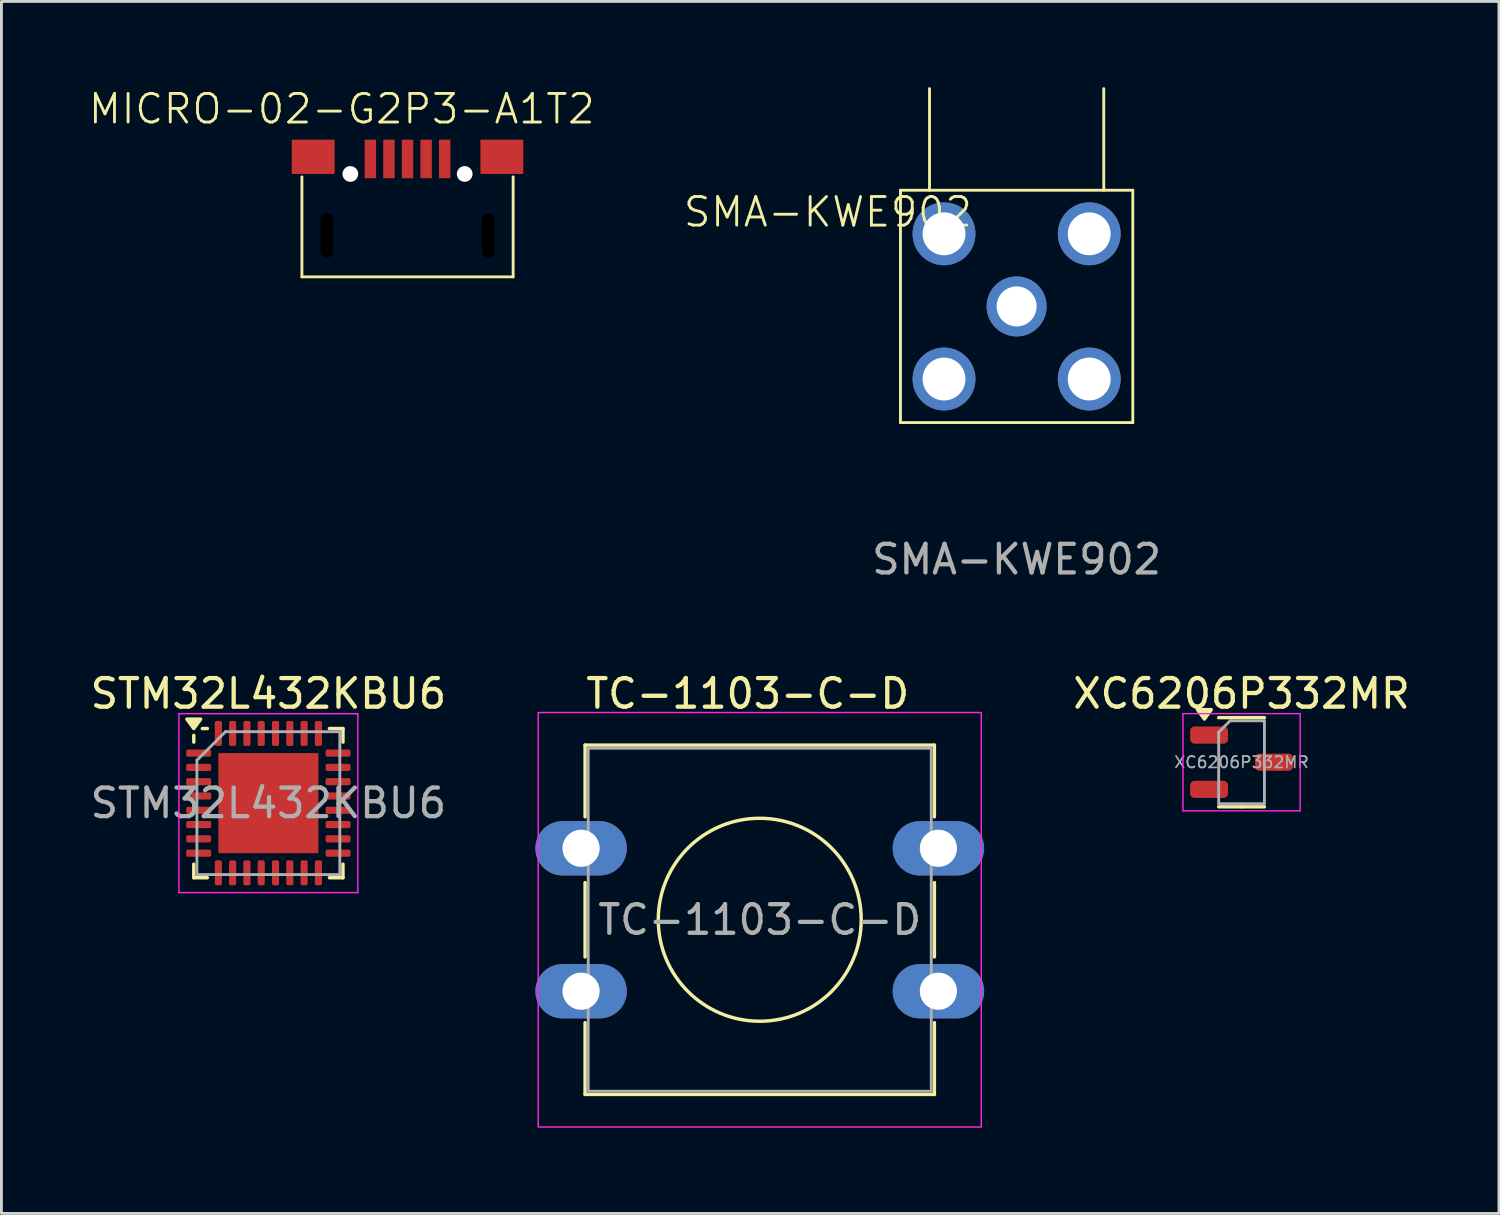
<source format=kicad_pcb>
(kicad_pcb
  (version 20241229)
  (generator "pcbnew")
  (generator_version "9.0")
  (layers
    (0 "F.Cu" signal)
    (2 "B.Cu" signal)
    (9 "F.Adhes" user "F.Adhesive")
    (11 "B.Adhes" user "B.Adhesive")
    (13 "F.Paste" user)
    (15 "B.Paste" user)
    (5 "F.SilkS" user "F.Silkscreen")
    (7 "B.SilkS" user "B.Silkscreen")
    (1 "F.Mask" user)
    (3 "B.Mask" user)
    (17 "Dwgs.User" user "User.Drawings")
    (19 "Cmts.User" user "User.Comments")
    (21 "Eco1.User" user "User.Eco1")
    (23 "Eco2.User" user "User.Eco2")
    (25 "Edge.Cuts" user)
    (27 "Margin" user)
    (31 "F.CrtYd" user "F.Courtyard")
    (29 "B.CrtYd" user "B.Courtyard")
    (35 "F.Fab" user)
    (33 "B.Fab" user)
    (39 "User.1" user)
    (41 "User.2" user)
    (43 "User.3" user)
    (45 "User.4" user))
  (footprint "SMA-KWE902"
    (layer "F.Cu")
    (at 32.516 7.67)
    (property "Reference" "SMA-KWE902" (at -6.604 -3.302 0) (unlocked yes) (layer "F.SilkS") (effects (font (size 1 1) (thickness 0.1))))
    (attr through_hole)
    (fp_line (start -4.064 -4.064) (end 4.064 -4.064) (stroke (width 0.1) (type default)) (layer "F.SilkS"))
    (fp_line (start -4.064 4.064) (end -4.064 -4.064) (stroke (width 0.1) (type default)) (layer "F.SilkS"))
    (fp_line (start -4.064 4.064) (end 4.064 4.064) (stroke (width 0.1) (type default)) (layer "F.SilkS"))
    (fp_line (start -3.048 -4.064) (end -3.048 -7.62) (stroke (width 0.1) (type default)) (layer "F.SilkS"))
    (fp_line (start 3.048 -4.064) (end 3.048 -7.62) (stroke (width 0.1) (type default)) (layer "F.SilkS"))
    (fp_line (start 4.064 4.064) (end 4.064 -4.064) (stroke (width 0.1) (type default)) (layer "F.SilkS"))
    (fp_text user "${REFERENCE}" (at 0 8.85 0) (unlocked yes) (layer "F.Fab") (effects (font (size 1 1) (thickness 0.15))))
    (pad "1" thru_hole circle (at 0 0) (size 2.1 2.1) (drill 1.4) (layers "*.Cu" "*.Mask"))
    (pad "2" thru_hole circle (at -2.54 -2.54) (size 2.2 2.2) (drill 1.5) (layers "*.Cu" "*.Mask"))
    (pad "2" thru_hole circle (at -2.54 2.54) (size 2.2 2.2) (drill 1.5) (layers "*.Cu" "*.Mask"))
    (pad "2" thru_hole circle (at 2.54 -2.54) (size 2.2 2.2) (drill 1.5) (layers "*.Cu" "*.Mask"))
    (pad "2" thru_hole circle (at 2.54 2.54) (size 2.2 2.2) (drill 1.5) (layers "*.Cu" "*.Mask")))
  (footprint "MICRO-02-G2P3-A1T2"
    (layer "F.Cu")
    (at 11.207 4.511)
    (property "Reference" "MICRO-02-G2P3-A1T2" (at -2.3 -3.75 0) (unlocked yes) (layer "F.SilkS") (effects (font (size 1 1) (thickness 0.1))))
    (attr smd)
    (fp_line (start -3.695 2.125) (end -3.695 -1.375) (stroke (width 0.1) (type default)) (layer "F.SilkS"))
    (fp_line (start 3.695 2.125) (end -3.695 2.125) (stroke (width 0.1) (type default)) (layer "F.SilkS"))
    (fp_line (start 3.695 2.125) (end 3.695 -1.375) (stroke (width 0.1) (type default)) (layer "F.SilkS"))
    (pad "" np_thru_hole oval (at -2.825 0.675) (size 0.75 2.15) (drill oval 0.45 1.56) (layers "*.Mask"))
    (pad "" np_thru_hole circle (at -2 -1.475) (size 0.55 0.55) (drill 0.55) (layers "*.Cu" "*.Mask"))
    (pad "" np_thru_hole circle (at 2 -1.475) (size 0.55 0.55) (drill 0.55) (layers "*.Cu" "*.Mask"))
    (pad "" np_thru_hole oval (at 2.825 0.675) (size 0.75 2.15) (drill oval 0.45 1.56) (layers "*.Mask"))
    (pad "1" smd rect (at -1.3 -2) (size 0.4 1.35) (layers "F.Cu" "F.Mask" "F.Paste"))
    (pad "2" smd rect (at -0.65 -2) (size 0.4 1.35) (layers "F.Cu" "F.Mask" "F.Paste"))
    (pad "3" smd rect (at 0 -2) (size 0.4 1.35) (layers "F.Cu" "F.Mask" "F.Paste"))
    (pad "4" smd rect (at 0.65 -2) (size 0.4 1.35) (layers "F.Cu" "F.Mask" "F.Paste"))
    (pad "5" smd rect (at 1.3 -2) (size 0.4 1.35) (layers "F.Cu" "F.Mask" "F.Paste"))
    (pad "6" smd rect (at -3.3 -2.075) (size 1.5 1.2) (layers "F.Cu" "F.Mask" "F.Paste"))
    (pad "6" smd rect (at 3.3 -2.075) (size 1.5 1.2) (layers "F.Cu" "F.Mask" "F.Paste")))
  (footprint "STM32L432KBU6"
    (layer "F.Cu")
    (at 6.339 25.047)
    (property "Reference" "STM32L432KBU6" (at 0 -3.83 0) (layer "F.SilkS") (effects (font (size 1 1) (thickness 0.15))))
    (attr smd)
    (fp_line (start -2.61 -2.135) (end -2.61 -2.37) (stroke (width 0.12) (type solid)) (layer "F.SilkS"))
    (fp_line (start -2.61 2.61) (end -2.61 2.135) (stroke (width 0.12) (type solid)) (layer "F.SilkS"))
    (fp_line (start -2.135 -2.61) (end -2.31 -2.61) (stroke (width 0.12) (type solid)) (layer "F.SilkS"))
    (fp_line (start -2.135 2.61) (end -2.61 2.61) (stroke (width 0.12) (type solid)) (layer "F.SilkS"))
    (fp_line (start 2.135 -2.61) (end 2.61 -2.61) (stroke (width 0.12) (type solid)) (layer "F.SilkS"))
    (fp_line (start 2.135 2.61) (end 2.61 2.61) (stroke (width 0.12) (type solid)) (layer "F.SilkS"))
    (fp_line (start 2.61 -2.61) (end 2.61 -2.135) (stroke (width 0.12) (type solid)) (layer "F.SilkS"))
    (fp_line (start 2.61 2.61) (end 2.61 2.135) (stroke (width 0.12) (type solid)) (layer "F.SilkS"))
    (fp_poly (pts (xy -2.61 -2.61) (xy -2.85 -2.94) (xy -2.37 -2.94) (xy -2.61 -2.61)) (stroke (width 0.12) (type solid)) (fill yes) (layer "F.SilkS"))
    (fp_line (start -3.13 -3.13) (end -3.13 3.13) (stroke (width 0.05) (type solid)) (layer "F.CrtYd"))
    (fp_line (start -3.13 3.13) (end 3.13 3.13) (stroke (width 0.05) (type solid)) (layer "F.CrtYd"))
    (fp_line (start 3.13 -3.13) (end -3.13 -3.13) (stroke (width 0.05) (type solid)) (layer "F.CrtYd"))
    (fp_line (start 3.13 3.13) (end 3.13 -3.13) (stroke (width 0.05) (type solid)) (layer "F.CrtYd"))
    (fp_line (start -2.5 -1.5) (end -1.5 -2.5) (stroke (width 0.1) (type solid)) (layer "F.Fab"))
    (fp_line (start -2.5 2.5) (end -2.5 -1.5) (stroke (width 0.1) (type solid)) (layer "F.Fab"))
    (fp_line (start -1.5 -2.5) (end 2.5 -2.5) (stroke (width 0.1) (type solid)) (layer "F.Fab"))
    (fp_line (start 2.5 -2.5) (end 2.5 2.5) (stroke (width 0.1) (type solid)) (layer "F.Fab"))
    (fp_line (start 2.5 2.5) (end -2.5 2.5) (stroke (width 0.1) (type solid)) (layer "F.Fab"))
    (fp_text user "${REFERENCE}" (at 0 0 0) (layer "F.Fab") (effects (font (size 1 1) (thickness 0.15))))
    (pad "" smd roundrect (at -0.875 -0.875) (size 1.41 1.41) (layers "F.Paste") (roundrect_rratio 0.177))
    (pad "" smd roundrect (at -0.875 0.875) (size 1.41 1.41) (layers "F.Paste") (roundrect_rratio 0.177))
    (pad "" smd roundrect (at 0.875 -0.875) (size 1.41 1.41) (layers "F.Paste") (roundrect_rratio 0.177))
    (pad "" smd roundrect (at 0.875 0.875) (size 1.41 1.41) (layers "F.Paste") (roundrect_rratio 0.177))
    (pad "1" smd roundrect (at -2.438 -1.75) (size 0.875 0.25) (layers "F.Cu" "F.Mask" "F.Paste") (roundrect_rratio 0.25))
    (pad "2" smd roundrect (at -2.438 -1.25) (size 0.875 0.25) (layers "F.Cu" "F.Mask" "F.Paste") (roundrect_rratio 0.25))
    (pad "3" smd roundrect (at -2.438 -0.75) (size 0.875 0.25) (layers "F.Cu" "F.Mask" "F.Paste") (roundrect_rratio 0.25))
    (pad "4" smd roundrect (at -2.438 -0.25) (size 0.875 0.25) (layers "F.Cu" "F.Mask" "F.Paste") (roundrect_rratio 0.25))
    (pad "5" smd roundrect (at -2.438 0.25) (size 0.875 0.25) (layers "F.Cu" "F.Mask" "F.Paste") (roundrect_rratio 0.25))
    (pad "6" smd roundrect (at -2.438 0.75) (size 0.875 0.25) (layers "F.Cu" "F.Mask" "F.Paste") (roundrect_rratio 0.25))
    (pad "7" smd roundrect (at -2.438 1.25) (size 0.875 0.25) (layers "F.Cu" "F.Mask" "F.Paste") (roundrect_rratio 0.25))
    (pad "8" smd roundrect (at -2.438 1.75) (size 0.875 0.25) (layers "F.Cu" "F.Mask" "F.Paste") (roundrect_rratio 0.25))
    (pad "9" smd roundrect (at -1.75 2.438) (size 0.25 0.875) (layers "F.Cu" "F.Mask" "F.Paste") (roundrect_rratio 0.25))
    (pad "10" smd roundrect (at -1.25 2.438) (size 0.25 0.875) (layers "F.Cu" "F.Mask" "F.Paste") (roundrect_rratio 0.25))
    (pad "11" smd roundrect (at -0.75 2.438) (size 0.25 0.875) (layers "F.Cu" "F.Mask" "F.Paste") (roundrect_rratio 0.25))
    (pad "12" smd roundrect (at -0.25 2.438) (size 0.25 0.875) (layers "F.Cu" "F.Mask" "F.Paste") (roundrect_rratio 0.25))
    (pad "13" smd roundrect (at 0.25 2.438) (size 0.25 0.875) (layers "F.Cu" "F.Mask" "F.Paste") (roundrect_rratio 0.25))
    (pad "14" smd roundrect (at 0.75 2.438) (size 0.25 0.875) (layers "F.Cu" "F.Mask" "F.Paste") (roundrect_rratio 0.25))
    (pad "15" smd roundrect (at 1.25 2.438) (size 0.25 0.875) (layers "F.Cu" "F.Mask" "F.Paste") (roundrect_rratio 0.25))
    (pad "16" smd roundrect (at 1.75 2.438) (size 0.25 0.875) (layers "F.Cu" "F.Mask" "F.Paste") (roundrect_rratio 0.25))
    (pad "17" smd roundrect (at 2.438 1.75) (size 0.875 0.25) (layers "F.Cu" "F.Mask" "F.Paste") (roundrect_rratio 0.25))
    (pad "18" smd roundrect (at 2.438 1.25) (size 0.875 0.25) (layers "F.Cu" "F.Mask" "F.Paste") (roundrect_rratio 0.25))
    (pad "19" smd roundrect (at 2.438 0.75) (size 0.875 0.25) (layers "F.Cu" "F.Mask" "F.Paste") (roundrect_rratio 0.25))
    (pad "20" smd roundrect (at 2.438 0.25) (size 0.875 0.25) (layers "F.Cu" "F.Mask" "F.Paste") (roundrect_rratio 0.25))
    (pad "21" smd roundrect (at 2.438 -0.25) (size 0.875 0.25) (layers "F.Cu" "F.Mask" "F.Paste") (roundrect_rratio 0.25))
    (pad "22" smd roundrect (at 2.438 -0.75) (size 0.875 0.25) (layers "F.Cu" "F.Mask" "F.Paste") (roundrect_rratio 0.25))
    (pad "23" smd roundrect (at 2.438 -1.25) (size 0.875 0.25) (layers "F.Cu" "F.Mask" "F.Paste") (roundrect_rratio 0.25))
    (pad "24" smd roundrect (at 2.438 -1.75) (size 0.875 0.25) (layers "F.Cu" "F.Mask" "F.Paste") (roundrect_rratio 0.25))
    (pad "25" smd roundrect (at 1.75 -2.438) (size 0.25 0.875) (layers "F.Cu" "F.Mask" "F.Paste") (roundrect_rratio 0.25))
    (pad "26" smd roundrect (at 1.25 -2.438) (size 0.25 0.875) (layers "F.Cu" "F.Mask" "F.Paste") (roundrect_rratio 0.25))
    (pad "27" smd roundrect (at 0.75 -2.438) (size 0.25 0.875) (layers "F.Cu" "F.Mask" "F.Paste") (roundrect_rratio 0.25))
    (pad "28" smd roundrect (at 0.25 -2.438) (size 0.25 0.875) (layers "F.Cu" "F.Mask" "F.Paste") (roundrect_rratio 0.25))
    (pad "29" smd roundrect (at -0.25 -2.438) (size 0.25 0.875) (layers "F.Cu" "F.Mask" "F.Paste") (roundrect_rratio 0.25))
    (pad "30" smd roundrect (at -0.75 -2.438) (size 0.25 0.875) (layers "F.Cu" "F.Mask" "F.Paste") (roundrect_rratio 0.25))
    (pad "31" smd roundrect (at -1.25 -2.438) (size 0.25 0.875) (layers "F.Cu" "F.Mask" "F.Paste") (roundrect_rratio 0.25))
    (pad "32" smd roundrect (at -1.75 -2.438) (size 0.25 0.875) (layers "F.Cu" "F.Mask" "F.Paste") (roundrect_rratio 0.25))
    (pad "33" smd rect (at 0 0) (size 3.5 3.5) (property pad_prop_heatsink) (layers "F.Cu" "F.Mask")))
  (footprint "TC-1103-C-D"
    (layer "F.Cu")
    (at 17.279 26.627)
    (property "Reference" "TC-1103-C-D" (at 5.83 -5.41 0) (layer "F.SilkS") (effects (font (size 1 1) (thickness 0.15))))
    (attr through_hole)
    (fp_line (start 0.14 -3.61) (end 0.14 -1.1) (stroke (width 0.12) (type default)) (layer "F.SilkS"))
    (fp_line (start 0.14 -3.61) (end 12.36 -3.61) (stroke (width 0.12) (type default)) (layer "F.SilkS"))
    (fp_line (start 0.14 1.2) (end 0.14 3.8) (stroke (width 0.12) (type default)) (layer "F.SilkS"))
    (fp_line (start 0.14 6.1) (end 0.14 8.61) (stroke (width 0.12) (type default)) (layer "F.SilkS"))
    (fp_line (start 12.36 -3.61) (end 12.36 -1.1) (stroke (width 0.12) (type default)) (layer "F.SilkS"))
    (fp_line (start 12.36 1.2) (end 12.36 3.8) (stroke (width 0.12) (type default)) (layer "F.SilkS"))
    (fp_line (start 12.36 6.1) (end 12.36 8.61) (stroke (width 0.12) (type default)) (layer "F.SilkS"))
    (fp_line (start 12.36 8.61) (end 0.14 8.61) (stroke (width 0.12) (type default)) (layer "F.SilkS"))
    (fp_circle (center 6.25 2.5) (end 9.8 2.5) (stroke (width 0.12) (type default)) (fill no) (layer "F.SilkS"))
    (fp_rect (start -1.5 -4.75) (end 14 9.75) (stroke (width 0.05) (type default)) (fill no) (layer "F.CrtYd"))
    (fp_rect (start 0.25 -3.5) (end 12.25 8.5) (stroke (width 0.1) (type default)) (fill no) (layer "F.Fab"))
    (fp_text user "${REFERENCE}" (at 6.25 2.5 0) (layer "F.Fab") (effects (font (size 1 1) (thickness 0.15))))
    (pad "1" thru_hole oval (at 0 0) (size 3.2 1.9) (drill 1.3) (layers "*.Cu" "*.Mask"))
    (pad "1" thru_hole oval (at 12.5 0) (size 3.2 1.9) (drill 1.3) (layers "*.Cu" "*.Mask"))
    (pad "2" thru_hole oval (at 0 5) (size 3.2 1.9) (drill 1.3) (layers "*.Cu" "*.Mask"))
    (pad "2" thru_hole oval (at 12.5 5) (size 3.2 1.9) (drill 1.3) (layers "*.Cu" "*.Mask")))
  (footprint "XC6206P332MR"
    (layer "F.Cu")
    (at 40.385 23.616)
    (property "Reference" "XC6206P332MR" (at 0 -2.4 0) (layer "F.SilkS") (effects (font (size 1 1) (thickness 0.15))))
    (attr smd)
    (fp_line (start 0 -1.56) (end -0.8 -1.56) (stroke (width 0.12) (type solid)) (layer "F.SilkS"))
    (fp_line (start 0 -1.56) (end 0.8 -1.56) (stroke (width 0.12) (type solid)) (layer "F.SilkS"))
    (fp_line (start 0 1.56) (end -0.8 1.56) (stroke (width 0.12) (type solid)) (layer "F.SilkS"))
    (fp_line (start 0 1.56) (end 0.8 1.56) (stroke (width 0.12) (type solid)) (layer "F.SilkS"))
    (fp_poly (pts (xy -1.3 -1.51) (xy -1.54 -1.84) (xy -1.06 -1.84) (xy -1.3 -1.51)) (stroke (width 0.12) (type solid)) (fill yes) (layer "F.SilkS"))
    (fp_line (start -2.05 -1.7) (end -2.05 1.7) (stroke (width 0.05) (type solid)) (layer "F.CrtYd"))
    (fp_line (start -2.05 1.7) (end 2.05 1.7) (stroke (width 0.05) (type solid)) (layer "F.CrtYd"))
    (fp_line (start 2.05 -1.7) (end -2.05 -1.7) (stroke (width 0.05) (type solid)) (layer "F.CrtYd"))
    (fp_line (start 2.05 1.7) (end 2.05 -1.7) (stroke (width 0.05) (type solid)) (layer "F.CrtYd"))
    (fp_line (start -0.8 -1.05) (end -0.4 -1.45) (stroke (width 0.1) (type solid)) (layer "F.Fab"))
    (fp_line (start -0.8 1.45) (end -0.8 -1.05) (stroke (width 0.1) (type solid)) (layer "F.Fab"))
    (fp_line (start -0.4 -1.45) (end 0.8 -1.45) (stroke (width 0.1) (type solid)) (layer "F.Fab"))
    (fp_line (start 0.8 -1.45) (end 0.8 1.45) (stroke (width 0.1) (type solid)) (layer "F.Fab"))
    (fp_line (start 0.8 1.45) (end -0.8 1.45) (stroke (width 0.1) (type solid)) (layer "F.Fab"))
    (fp_text user "${REFERENCE}" (at 0 0 0) (layer "F.Fab") (effects (font (size 0.4 0.4) (thickness 0.06))))
    (pad "1" smd roundrect (at -1.137 -0.95) (size 1.325 0.6) (layers "F.Cu" "F.Mask" "F.Paste") (roundrect_rratio 0.25))
    (pad "2" smd roundrect (at -1.137 0.95) (size 1.325 0.6) (layers "F.Cu" "F.Mask" "F.Paste") (roundrect_rratio 0.25))
    (pad "3" smd roundrect (at 1.137 0) (size 1.325 0.6) (layers "F.Cu" "F.Mask" "F.Paste") (roundrect_rratio 0.25)))
  (gr_rect
    (start -3 -3)
    (end 49.39 39.401)
    (stroke (width 0.1) (type default))
    (fill no)
    (layer "Edge.Cuts")))
</source>
